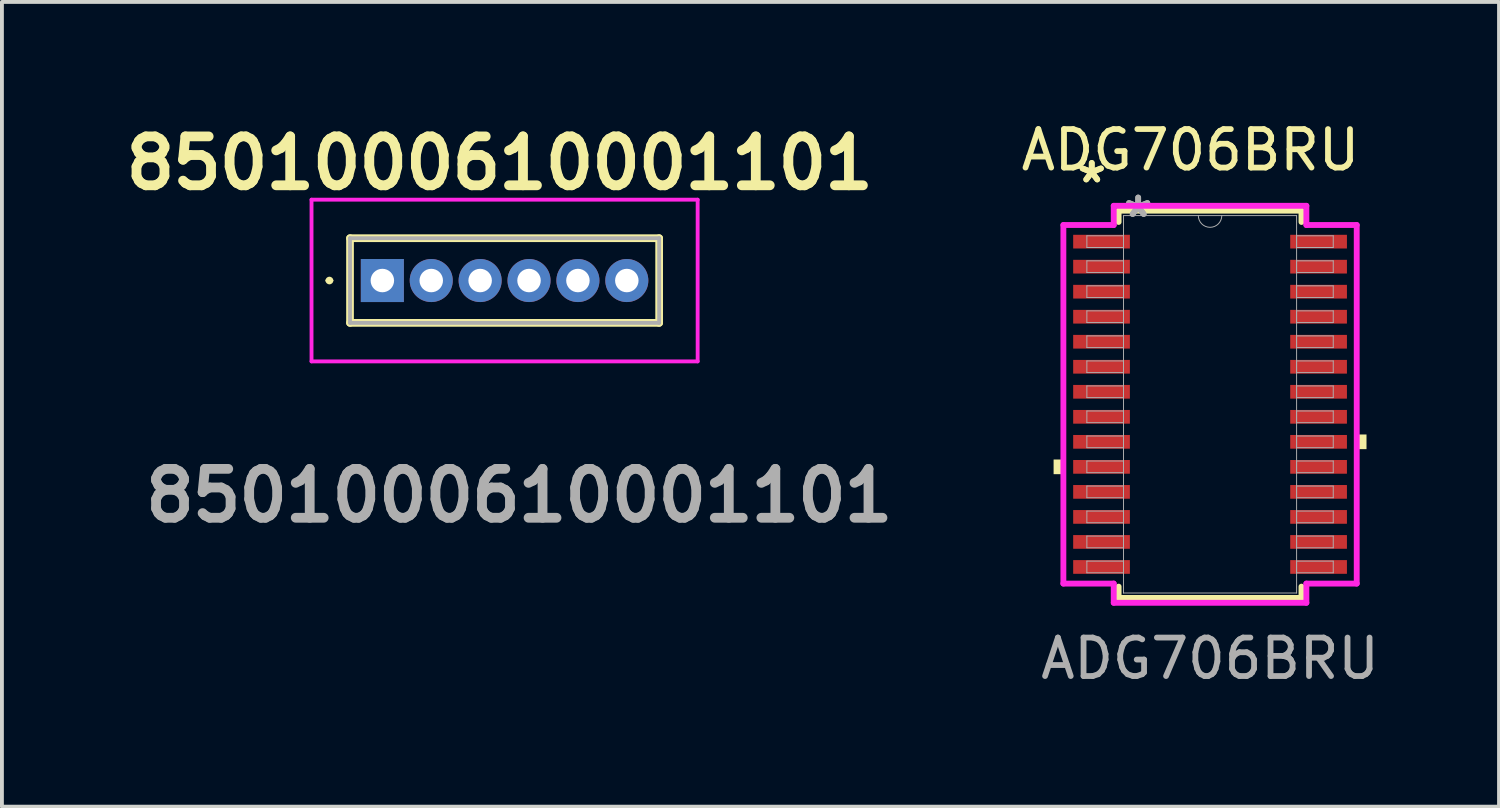
<source format=kicad_pcb>
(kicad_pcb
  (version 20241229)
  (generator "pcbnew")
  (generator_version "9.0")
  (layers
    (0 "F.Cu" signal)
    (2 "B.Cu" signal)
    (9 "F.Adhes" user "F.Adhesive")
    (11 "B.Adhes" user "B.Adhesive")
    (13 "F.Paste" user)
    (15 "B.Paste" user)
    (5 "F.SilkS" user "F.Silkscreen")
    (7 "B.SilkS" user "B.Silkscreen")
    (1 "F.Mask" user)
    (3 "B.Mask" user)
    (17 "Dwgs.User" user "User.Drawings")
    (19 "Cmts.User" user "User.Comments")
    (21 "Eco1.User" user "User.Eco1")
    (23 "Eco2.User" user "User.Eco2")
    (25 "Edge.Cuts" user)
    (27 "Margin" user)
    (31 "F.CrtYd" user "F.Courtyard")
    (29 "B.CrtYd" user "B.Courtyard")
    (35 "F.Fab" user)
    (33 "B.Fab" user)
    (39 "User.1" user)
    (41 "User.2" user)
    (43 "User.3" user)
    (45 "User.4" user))
  (footprint "8501000610001101"
    (layer "F.Cu")
    (at 6.882 4.237)
    (property "Reference" "8501000610001101" (at 3.048 -3.048 0) (layer "F.SilkS") (effects (font (size 1.27 1.27) (thickness 0.254))))
    (attr through_hole)
    (fp_line (start -1.425 0) (end -1.425 0) (stroke (width 0.1) (type solid)) (layer "F.SilkS"))
    (fp_line (start -1.325 0) (end -1.325 0) (stroke (width 0.1) (type solid)) (layer "F.SilkS"))
    (fp_line (start -0.84 -1.1) (end 7.19 -1.1) (stroke (width 0.2) (type solid)) (layer "F.SilkS"))
    (fp_line (start -0.84 1.1) (end -0.84 -1.1) (stroke (width 0.2) (type solid)) (layer "F.SilkS"))
    (fp_line (start 7.19 -1.1) (end 7.19 1.1) (stroke (width 0.2) (type solid)) (layer "F.SilkS"))
    (fp_line (start 7.19 1.1) (end -0.84 1.1) (stroke (width 0.2) (type solid)) (layer "F.SilkS"))
    (fp_arc (start -1.425 0) (mid -1.375 -0.05) (end -1.325 0) (stroke (width 0.1) (type solid)) (layer "F.SilkS"))
    (fp_arc (start -1.325 0) (mid -1.375 0.05) (end -1.425 0) (stroke (width 0.1) (type solid)) (layer "F.SilkS"))
    (fp_line (start -1.84 -2.1) (end 8.19 -2.1) (stroke (width 0.1) (type solid)) (layer "F.CrtYd"))
    (fp_line (start -1.84 2.1) (end -1.84 -2.1) (stroke (width 0.1) (type solid)) (layer "F.CrtYd"))
    (fp_line (start 8.19 -2.1) (end 8.19 2.1) (stroke (width 0.1) (type solid)) (layer "F.CrtYd"))
    (fp_line (start 8.19 2.1) (end -1.84 2.1) (stroke (width 0.1) (type solid)) (layer "F.CrtYd"))
    (fp_line (start -0.84 -1.1) (end 7.19 -1.1) (stroke (width 0.1) (type solid)) (layer "F.Fab"))
    (fp_line (start -0.84 1.1) (end -0.84 -1.1) (stroke (width 0.1) (type solid)) (layer "F.Fab"))
    (fp_line (start 7.19 -1.1) (end 7.19 1.1) (stroke (width 0.1) (type solid)) (layer "F.Fab"))
    (fp_line (start 7.19 1.1) (end -0.84 1.1) (stroke (width 0.1) (type solid)) (layer "F.Fab"))
    (fp_text user "${REFERENCE}" (at 3.556 5.588 0) (layer "F.Fab") (effects (font (size 1.27 1.27) (thickness 0.254))))
    (pad "1" thru_hole rect (at 0 0) (size 1.118 1.118) (drill 0.61) (layers "*.Cu" "*.Mask"))
    (pad "2" thru_hole circle (at 1.27 0) (size 1.118 1.118) (drill 0.61) (layers "*.Cu" "*.Mask"))
    (pad "3" thru_hole circle (at 2.54 0) (size 1.118 1.118) (drill 0.61) (layers "*.Cu" "*.Mask"))
    (pad "4" thru_hole circle (at 3.81 0) (size 1.118 1.118) (drill 0.61) (layers "*.Cu" "*.Mask"))
    (pad "5" thru_hole circle (at 5.08 0) (size 1.118 1.118) (drill 0.61) (layers "*.Cu" "*.Mask"))
    (pad "6" thru_hole circle (at 6.35 0) (size 1.118 1.118) (drill 0.61) (layers "*.Cu" "*.Mask")))
  (footprint "ADG706BRU"
    (layer "F.Cu")
    (at 28.382 7.452)
    (property "Reference" "ADG706BRU" (at -0.508 -6.604 0) (unlocked yes) (layer "F.SilkS") (effects (font (size 1 1) (thickness 0.15))))
    (attr smd)
    (fp_line (start -2.375 -5.029) (end -2.375 -4.736) (stroke (width 0.152) (type solid)) (layer "F.SilkS"))
    (fp_line (start -2.375 4.736) (end -2.375 5.029) (stroke (width 0.152) (type solid)) (layer "F.SilkS"))
    (fp_line (start -2.375 5.029) (end 2.375 5.029) (stroke (width 0.152) (type solid)) (layer "F.SilkS"))
    (fp_line (start 2.375 -5.029) (end -2.375 -5.029) (stroke (width 0.152) (type solid)) (layer "F.SilkS"))
    (fp_line (start 2.375 -4.736) (end 2.375 -5.029) (stroke (width 0.152) (type solid)) (layer "F.SilkS"))
    (fp_line (start 2.375 5.029) (end 2.375 4.736) (stroke (width 0.152) (type solid)) (layer "F.SilkS"))
    (fp_poly (pts (xy -4.064 1.434) (xy -4.064 1.815) (xy -3.81 1.815) (xy -3.81 1.434)) (stroke (width 0) (type solid)) (fill yes) (layer "F.SilkS"))
    (fp_poly (pts (xy 4.064 0.784) (xy 4.064 1.165) (xy 3.81 1.165) (xy 3.81 0.784)) (stroke (width 0) (type solid)) (fill yes) (layer "F.SilkS"))
    (fp_line (start -3.81 -4.657) (end -2.502 -4.657) (stroke (width 0.152) (type solid)) (layer "F.CrtYd"))
    (fp_line (start -3.81 4.657) (end -3.81 -4.657) (stroke (width 0.152) (type solid)) (layer "F.CrtYd"))
    (fp_line (start -3.81 4.657) (end -2.502 4.657) (stroke (width 0.152) (type solid)) (layer "F.CrtYd"))
    (fp_line (start -2.502 -5.156) (end 2.502 -5.156) (stroke (width 0.152) (type solid)) (layer "F.CrtYd"))
    (fp_line (start -2.502 -4.657) (end -2.502 -5.156) (stroke (width 0.152) (type solid)) (layer "F.CrtYd"))
    (fp_line (start -2.502 5.156) (end -2.502 4.657) (stroke (width 0.152) (type solid)) (layer "F.CrtYd"))
    (fp_line (start 2.502 -5.156) (end 2.502 -4.657) (stroke (width 0.152) (type solid)) (layer "F.CrtYd"))
    (fp_line (start 2.502 4.657) (end 2.502 5.156) (stroke (width 0.152) (type solid)) (layer "F.CrtYd"))
    (fp_line (start 2.502 5.156) (end -2.502 5.156) (stroke (width 0.152) (type solid)) (layer "F.CrtYd"))
    (fp_line (start 3.81 -4.657) (end 2.502 -4.657) (stroke (width 0.152) (type solid)) (layer "F.CrtYd"))
    (fp_line (start 3.81 -4.657) (end 3.81 4.657) (stroke (width 0.152) (type solid)) (layer "F.CrtYd"))
    (fp_line (start 3.81 4.657) (end 2.502 4.657) (stroke (width 0.152) (type solid)) (layer "F.CrtYd"))
    (fp_line (start -3.2 -4.377) (end -3.2 -4.073) (stroke (width 0.025) (type solid)) (layer "F.Fab"))
    (fp_line (start -3.2 -4.073) (end -2.248 -4.073) (stroke (width 0.025) (type solid)) (layer "F.Fab"))
    (fp_line (start -3.2 -3.727) (end -3.2 -3.423) (stroke (width 0.025) (type solid)) (layer "F.Fab"))
    (fp_line (start -3.2 -3.423) (end -2.248 -3.423) (stroke (width 0.025) (type solid)) (layer "F.Fab"))
    (fp_line (start -3.2 -3.077) (end -3.2 -2.773) (stroke (width 0.025) (type solid)) (layer "F.Fab"))
    (fp_line (start -3.2 -2.773) (end -2.248 -2.773) (stroke (width 0.025) (type solid)) (layer "F.Fab"))
    (fp_line (start -3.2 -2.427) (end -3.2 -2.123) (stroke (width 0.025) (type solid)) (layer "F.Fab"))
    (fp_line (start -3.2 -2.123) (end -2.248 -2.123) (stroke (width 0.025) (type solid)) (layer "F.Fab"))
    (fp_line (start -3.2 -1.777) (end -3.2 -1.473) (stroke (width 0.025) (type solid)) (layer "F.Fab"))
    (fp_line (start -3.2 -1.473) (end -2.248 -1.473) (stroke (width 0.025) (type solid)) (layer "F.Fab"))
    (fp_line (start -3.2 -1.127) (end -3.2 -0.823) (stroke (width 0.025) (type solid)) (layer "F.Fab"))
    (fp_line (start -3.2 -0.823) (end -2.248 -0.823) (stroke (width 0.025) (type solid)) (layer "F.Fab"))
    (fp_line (start -3.2 -0.477) (end -3.2 -0.173) (stroke (width 0.025) (type solid)) (layer "F.Fab"))
    (fp_line (start -3.2 -0.173) (end -2.248 -0.173) (stroke (width 0.025) (type solid)) (layer "F.Fab"))
    (fp_line (start -3.2 0.173) (end -3.2 0.477) (stroke (width 0.025) (type solid)) (layer "F.Fab"))
    (fp_line (start -3.2 0.477) (end -2.248 0.477) (stroke (width 0.025) (type solid)) (layer "F.Fab"))
    (fp_line (start -3.2 0.823) (end -3.2 1.127) (stroke (width 0.025) (type solid)) (layer "F.Fab"))
    (fp_line (start -3.2 1.127) (end -2.248 1.127) (stroke (width 0.025) (type solid)) (layer "F.Fab"))
    (fp_line (start -3.2 1.473) (end -3.2 1.777) (stroke (width 0.025) (type solid)) (layer "F.Fab"))
    (fp_line (start -3.2 1.777) (end -2.248 1.777) (stroke (width 0.025) (type solid)) (layer "F.Fab"))
    (fp_line (start -3.2 2.123) (end -3.2 2.427) (stroke (width 0.025) (type solid)) (layer "F.Fab"))
    (fp_line (start -3.2 2.427) (end -2.248 2.427) (stroke (width 0.025) (type solid)) (layer "F.Fab"))
    (fp_line (start -3.2 2.773) (end -3.2 3.077) (stroke (width 0.025) (type solid)) (layer "F.Fab"))
    (fp_line (start -3.2 3.077) (end -2.248 3.077) (stroke (width 0.025) (type solid)) (layer "F.Fab"))
    (fp_line (start -3.2 3.423) (end -3.2 3.727) (stroke (width 0.025) (type solid)) (layer "F.Fab"))
    (fp_line (start -3.2 3.727) (end -2.248 3.727) (stroke (width 0.025) (type solid)) (layer "F.Fab"))
    (fp_line (start -3.2 4.073) (end -3.2 4.377) (stroke (width 0.025) (type solid)) (layer "F.Fab"))
    (fp_line (start -3.2 4.377) (end -2.248 4.377) (stroke (width 0.025) (type solid)) (layer "F.Fab"))
    (fp_line (start -2.248 -4.902) (end -2.248 4.902) (stroke (width 0.025) (type solid)) (layer "F.Fab"))
    (fp_line (start -2.248 -4.377) (end -3.2 -4.377) (stroke (width 0.025) (type solid)) (layer "F.Fab"))
    (fp_line (start -2.248 -4.073) (end -2.248 -4.377) (stroke (width 0.025) (type solid)) (layer "F.Fab"))
    (fp_line (start -2.248 -3.727) (end -3.2 -3.727) (stroke (width 0.025) (type solid)) (layer "F.Fab"))
    (fp_line (start -2.248 -3.423) (end -2.248 -3.727) (stroke (width 0.025) (type solid)) (layer "F.Fab"))
    (fp_line (start -2.248 -3.077) (end -3.2 -3.077) (stroke (width 0.025) (type solid)) (layer "F.Fab"))
    (fp_line (start -2.248 -2.773) (end -2.248 -3.077) (stroke (width 0.025) (type solid)) (layer "F.Fab"))
    (fp_line (start -2.248 -2.427) (end -3.2 -2.427) (stroke (width 0.025) (type solid)) (layer "F.Fab"))
    (fp_line (start -2.248 -2.123) (end -2.248 -2.427) (stroke (width 0.025) (type solid)) (layer "F.Fab"))
    (fp_line (start -2.248 -1.777) (end -3.2 -1.777) (stroke (width 0.025) (type solid)) (layer "F.Fab"))
    (fp_line (start -2.248 -1.473) (end -2.248 -1.777) (stroke (width 0.025) (type solid)) (layer "F.Fab"))
    (fp_line (start -2.248 -1.127) (end -3.2 -1.127) (stroke (width 0.025) (type solid)) (layer "F.Fab"))
    (fp_line (start -2.248 -0.823) (end -2.248 -1.127) (stroke (width 0.025) (type solid)) (layer "F.Fab"))
    (fp_line (start -2.248 -0.477) (end -3.2 -0.477) (stroke (width 0.025) (type solid)) (layer "F.Fab"))
    (fp_line (start -2.248 -0.173) (end -2.248 -0.477) (stroke (width 0.025) (type solid)) (layer "F.Fab"))
    (fp_line (start -2.248 0.173) (end -3.2 0.173) (stroke (width 0.025) (type solid)) (layer "F.Fab"))
    (fp_line (start -2.248 0.477) (end -2.248 0.173) (stroke (width 0.025) (type solid)) (layer "F.Fab"))
    (fp_line (start -2.248 0.823) (end -3.2 0.823) (stroke (width 0.025) (type solid)) (layer "F.Fab"))
    (fp_line (start -2.248 1.127) (end -2.248 0.823) (stroke (width 0.025) (type solid)) (layer "F.Fab"))
    (fp_line (start -2.248 1.473) (end -3.2 1.473) (stroke (width 0.025) (type solid)) (layer "F.Fab"))
    (fp_line (start -2.248 1.777) (end -2.248 1.473) (stroke (width 0.025) (type solid)) (layer "F.Fab"))
    (fp_line (start -2.248 2.123) (end -3.2 2.123) (stroke (width 0.025) (type solid)) (layer "F.Fab"))
    (fp_line (start -2.248 2.427) (end -2.248 2.123) (stroke (width 0.025) (type solid)) (layer "F.Fab"))
    (fp_line (start -2.248 2.773) (end -3.2 2.773) (stroke (width 0.025) (type solid)) (layer "F.Fab"))
    (fp_line (start -2.248 3.077) (end -2.248 2.773) (stroke (width 0.025) (type solid)) (layer "F.Fab"))
    (fp_line (start -2.248 3.423) (end -3.2 3.423) (stroke (width 0.025) (type solid)) (layer "F.Fab"))
    (fp_line (start -2.248 3.727) (end -2.248 3.423) (stroke (width 0.025) (type solid)) (layer "F.Fab"))
    (fp_line (start -2.248 4.073) (end -3.2 4.073) (stroke (width 0.025) (type solid)) (layer "F.Fab"))
    (fp_line (start -2.248 4.377) (end -2.248 4.073) (stroke (width 0.025) (type solid)) (layer "F.Fab"))
    (fp_line (start -2.248 4.902) (end 2.248 4.902) (stroke (width 0.025) (type solid)) (layer "F.Fab"))
    (fp_line (start 2.248 -4.902) (end -2.248 -4.902) (stroke (width 0.025) (type solid)) (layer "F.Fab"))
    (fp_line (start 2.248 -4.377) (end 2.248 -4.073) (stroke (width 0.025) (type solid)) (layer "F.Fab"))
    (fp_line (start 2.248 -4.073) (end 3.2 -4.073) (stroke (width 0.025) (type solid)) (layer "F.Fab"))
    (fp_line (start 2.248 -3.727) (end 2.248 -3.423) (stroke (width 0.025) (type solid)) (layer "F.Fab"))
    (fp_line (start 2.248 -3.423) (end 3.2 -3.423) (stroke (width 0.025) (type solid)) (layer "F.Fab"))
    (fp_line (start 2.248 -3.077) (end 2.248 -2.773) (stroke (width 0.025) (type solid)) (layer "F.Fab"))
    (fp_line (start 2.248 -2.773) (end 3.2 -2.773) (stroke (width 0.025) (type solid)) (layer "F.Fab"))
    (fp_line (start 2.248 -2.427) (end 2.248 -2.123) (stroke (width 0.025) (type solid)) (layer "F.Fab"))
    (fp_line (start 2.248 -2.123) (end 3.2 -2.123) (stroke (width 0.025) (type solid)) (layer "F.Fab"))
    (fp_line (start 2.248 -1.777) (end 2.248 -1.473) (stroke (width 0.025) (type solid)) (layer "F.Fab"))
    (fp_line (start 2.248 -1.473) (end 3.2 -1.473) (stroke (width 0.025) (type solid)) (layer "F.Fab"))
    (fp_line (start 2.248 -1.127) (end 2.248 -0.823) (stroke (width 0.025) (type solid)) (layer "F.Fab"))
    (fp_line (start 2.248 -0.823) (end 3.2 -0.823) (stroke (width 0.025) (type solid)) (layer "F.Fab"))
    (fp_line (start 2.248 -0.477) (end 2.248 -0.173) (stroke (width 0.025) (type solid)) (layer "F.Fab"))
    (fp_line (start 2.248 -0.173) (end 3.2 -0.173) (stroke (width 0.025) (type solid)) (layer "F.Fab"))
    (fp_line (start 2.248 0.173) (end 2.248 0.477) (stroke (width 0.025) (type solid)) (layer "F.Fab"))
    (fp_line (start 2.248 0.477) (end 3.2 0.477) (stroke (width 0.025) (type solid)) (layer "F.Fab"))
    (fp_line (start 2.248 0.823) (end 2.248 1.127) (stroke (width 0.025) (type solid)) (layer "F.Fab"))
    (fp_line (start 2.248 1.127) (end 3.2 1.127) (stroke (width 0.025) (type solid)) (layer "F.Fab"))
    (fp_line (start 2.248 1.473) (end 2.248 1.777) (stroke (width 0.025) (type solid)) (layer "F.Fab"))
    (fp_line (start 2.248 1.777) (end 3.2 1.777) (stroke (width 0.025) (type solid)) (layer "F.Fab"))
    (fp_line (start 2.248 2.123) (end 2.248 2.427) (stroke (width 0.025) (type solid)) (layer "F.Fab"))
    (fp_line (start 2.248 2.427) (end 3.2 2.427) (stroke (width 0.025) (type solid)) (layer "F.Fab"))
    (fp_line (start 2.248 2.773) (end 2.248 3.077) (stroke (width 0.025) (type solid)) (layer "F.Fab"))
    (fp_line (start 2.248 3.077) (end 3.2 3.077) (stroke (width 0.025) (type solid)) (layer "F.Fab"))
    (fp_line (start 2.248 3.423) (end 2.248 3.727) (stroke (width 0.025) (type solid)) (layer "F.Fab"))
    (fp_line (start 2.248 3.727) (end 3.2 3.727) (stroke (width 0.025) (type solid)) (layer "F.Fab"))
    (fp_line (start 2.248 4.073) (end 2.248 4.377) (stroke (width 0.025) (type solid)) (layer "F.Fab"))
    (fp_line (start 2.248 4.377) (end 3.2 4.377) (stroke (width 0.025) (type solid)) (layer "F.Fab"))
    (fp_line (start 2.248 4.902) (end 2.248 -4.902) (stroke (width 0.025) (type solid)) (layer "F.Fab"))
    (fp_line (start 3.2 -4.377) (end 2.248 -4.377) (stroke (width 0.025) (type solid)) (layer "F.Fab"))
    (fp_line (start 3.2 -4.073) (end 3.2 -4.377) (stroke (width 0.025) (type solid)) (layer "F.Fab"))
    (fp_line (start 3.2 -3.727) (end 2.248 -3.727) (stroke (width 0.025) (type solid)) (layer "F.Fab"))
    (fp_line (start 3.2 -3.423) (end 3.2 -3.727) (stroke (width 0.025) (type solid)) (layer "F.Fab"))
    (fp_line (start 3.2 -3.077) (end 2.248 -3.077) (stroke (width 0.025) (type solid)) (layer "F.Fab"))
    (fp_line (start 3.2 -2.773) (end 3.2 -3.077) (stroke (width 0.025) (type solid)) (layer "F.Fab"))
    (fp_line (start 3.2 -2.427) (end 2.248 -2.427) (stroke (width 0.025) (type solid)) (layer "F.Fab"))
    (fp_line (start 3.2 -2.123) (end 3.2 -2.427) (stroke (width 0.025) (type solid)) (layer "F.Fab"))
    (fp_line (start 3.2 -1.777) (end 2.248 -1.777) (stroke (width 0.025) (type solid)) (layer "F.Fab"))
    (fp_line (start 3.2 -1.473) (end 3.2 -1.777) (stroke (width 0.025) (type solid)) (layer "F.Fab"))
    (fp_line (start 3.2 -1.127) (end 2.248 -1.127) (stroke (width 0.025) (type solid)) (layer "F.Fab"))
    (fp_line (start 3.2 -0.823) (end 3.2 -1.127) (stroke (width 0.025) (type solid)) (layer "F.Fab"))
    (fp_line (start 3.2 -0.477) (end 2.248 -0.477) (stroke (width 0.025) (type solid)) (layer "F.Fab"))
    (fp_line (start 3.2 -0.173) (end 3.2 -0.477) (stroke (width 0.025) (type solid)) (layer "F.Fab"))
    (fp_line (start 3.2 0.173) (end 2.248 0.173) (stroke (width 0.025) (type solid)) (layer "F.Fab"))
    (fp_line (start 3.2 0.477) (end 3.2 0.173) (stroke (width 0.025) (type solid)) (layer "F.Fab"))
    (fp_line (start 3.2 0.823) (end 2.248 0.823) (stroke (width 0.025) (type solid)) (layer "F.Fab"))
    (fp_line (start 3.2 1.127) (end 3.2 0.823) (stroke (width 0.025) (type solid)) (layer "F.Fab"))
    (fp_line (start 3.2 1.473) (end 2.248 1.473) (stroke (width 0.025) (type solid)) (layer "F.Fab"))
    (fp_line (start 3.2 1.777) (end 3.2 1.473) (stroke (width 0.025) (type solid)) (layer "F.Fab"))
    (fp_line (start 3.2 2.123) (end 2.248 2.123) (stroke (width 0.025) (type solid)) (layer "F.Fab"))
    (fp_line (start 3.2 2.427) (end 3.2 2.123) (stroke (width 0.025) (type solid)) (layer "F.Fab"))
    (fp_line (start 3.2 2.773) (end 2.248 2.773) (stroke (width 0.025) (type solid)) (layer "F.Fab"))
    (fp_line (start 3.2 3.077) (end 3.2 2.773) (stroke (width 0.025) (type solid)) (layer "F.Fab"))
    (fp_line (start 3.2 3.423) (end 2.248 3.423) (stroke (width 0.025) (type solid)) (layer "F.Fab"))
    (fp_line (start 3.2 3.727) (end 3.2 3.423) (stroke (width 0.025) (type solid)) (layer "F.Fab"))
    (fp_line (start 3.2 4.073) (end 2.248 4.073) (stroke (width 0.025) (type solid)) (layer "F.Fab"))
    (fp_line (start 3.2 4.377) (end 3.2 4.073) (stroke (width 0.025) (type solid)) (layer "F.Fab"))
    (fp_arc (start 0.3048 -4.9022) (mid 0 -4.5974) (end -0.3048 -4.9022) (stroke (width 0.0254) (type solid)) (layer "F.Fab"))
    (fp_text user "*" (at -3.073 -5.724 0) (layer "F.SilkS") (effects (font (size 1 1) (thickness 0.15))))
    (fp_text user "*" (at -3.073 -5.724 0) (unlocked yes) (layer "F.SilkS") (effects (font (size 1 1) (thickness 0.15))))
    (fp_text user "${REFERENCE}" (at 0 6.604 0) (unlocked yes) (layer "F.Fab") (effects (font (size 1 1) (thickness 0.15))))
    (fp_text user "*" (at -1.867 -4.826 0) (layer "F.Fab") (effects (font (size 1 1) (thickness 0.15))))
    (fp_text user "*" (at -1.867 -4.826 0) (unlocked yes) (layer "F.Fab") (effects (font (size 1 1) (thickness 0.15))))
    (pad "1" smd rect (at -2.819 -4.225) (size 1.473 0.356) (layers "F.Cu" "F.Mask" "F.Paste"))
    (pad "2" smd rect (at -2.819 -3.575) (size 1.473 0.356) (layers "F.Cu" "F.Mask" "F.Paste"))
    (pad "3" smd rect (at -2.819 -2.925) (size 1.473 0.356) (layers "F.Cu" "F.Mask" "F.Paste"))
    (pad "4" smd rect (at -2.819 -2.275) (size 1.473 0.356) (layers "F.Cu" "F.Mask" "F.Paste"))
    (pad "5" smd rect (at -2.819 -1.625) (size 1.473 0.356) (layers "F.Cu" "F.Mask" "F.Paste"))
    (pad "6" smd rect (at -2.819 -0.975) (size 1.473 0.356) (layers "F.Cu" "F.Mask" "F.Paste"))
    (pad "7" smd rect (at -2.819 -0.325) (size 1.473 0.356) (layers "F.Cu" "F.Mask" "F.Paste"))
    (pad "8" smd rect (at -2.819 0.325) (size 1.473 0.356) (layers "F.Cu" "F.Mask" "F.Paste"))
    (pad "9" smd rect (at -2.819 0.975) (size 1.473 0.356) (layers "F.Cu" "F.Mask" "F.Paste"))
    (pad "10" smd rect (at -2.819 1.625) (size 1.473 0.356) (layers "F.Cu" "F.Mask" "F.Paste"))
    (pad "11" smd rect (at -2.819 2.275) (size 1.473 0.356) (layers "F.Cu" "F.Mask" "F.Paste"))
    (pad "12" smd rect (at -2.819 2.925) (size 1.473 0.356) (layers "F.Cu" "F.Mask" "F.Paste"))
    (pad "13" smd rect (at -2.819 3.575) (size 1.473 0.356) (layers "F.Cu" "F.Mask" "F.Paste"))
    (pad "14" smd rect (at -2.819 4.225) (size 1.473 0.356) (layers "F.Cu" "F.Mask" "F.Paste"))
    (pad "15" smd rect (at 2.819 4.225) (size 1.473 0.356) (layers "F.Cu" "F.Mask" "F.Paste"))
    (pad "16" smd rect (at 2.819 3.575) (size 1.473 0.356) (layers "F.Cu" "F.Mask" "F.Paste"))
    (pad "17" smd rect (at 2.819 2.925) (size 1.473 0.356) (layers "F.Cu" "F.Mask" "F.Paste"))
    (pad "18" smd rect (at 2.819 2.275) (size 1.473 0.356) (layers "F.Cu" "F.Mask" "F.Paste"))
    (pad "19" smd rect (at 2.819 1.625) (size 1.473 0.356) (layers "F.Cu" "F.Mask" "F.Paste"))
    (pad "20" smd rect (at 2.819 0.975) (size 1.473 0.356) (layers "F.Cu" "F.Mask" "F.Paste"))
    (pad "21" smd rect (at 2.819 0.325) (size 1.473 0.356) (layers "F.Cu" "F.Mask" "F.Paste"))
    (pad "22" smd rect (at 2.819 -0.325) (size 1.473 0.356) (layers "F.Cu" "F.Mask" "F.Paste"))
    (pad "23" smd rect (at 2.819 -0.975) (size 1.473 0.356) (layers "F.Cu" "F.Mask" "F.Paste"))
    (pad "24" smd rect (at 2.819 -1.625) (size 1.473 0.356) (layers "F.Cu" "F.Mask" "F.Paste"))
    (pad "25" smd rect (at 2.819 -2.275) (size 1.473 0.356) (layers "F.Cu" "F.Mask" "F.Paste"))
    (pad "26" smd rect (at 2.819 -2.925) (size 1.473 0.356) (layers "F.Cu" "F.Mask" "F.Paste"))
    (pad "27" smd rect (at 2.819 -3.575) (size 1.473 0.356) (layers "F.Cu" "F.Mask" "F.Paste"))
    (pad "28" smd rect (at 2.819 -4.225) (size 1.473 0.356) (layers "F.Cu" "F.Mask" "F.Paste")))
  (gr_rect
    (start -3 -3)
    (end 35.888 17.904)
    (stroke (width 0.1) (type default))
    (fill no)
    (layer "Edge.Cuts")))
</source>
